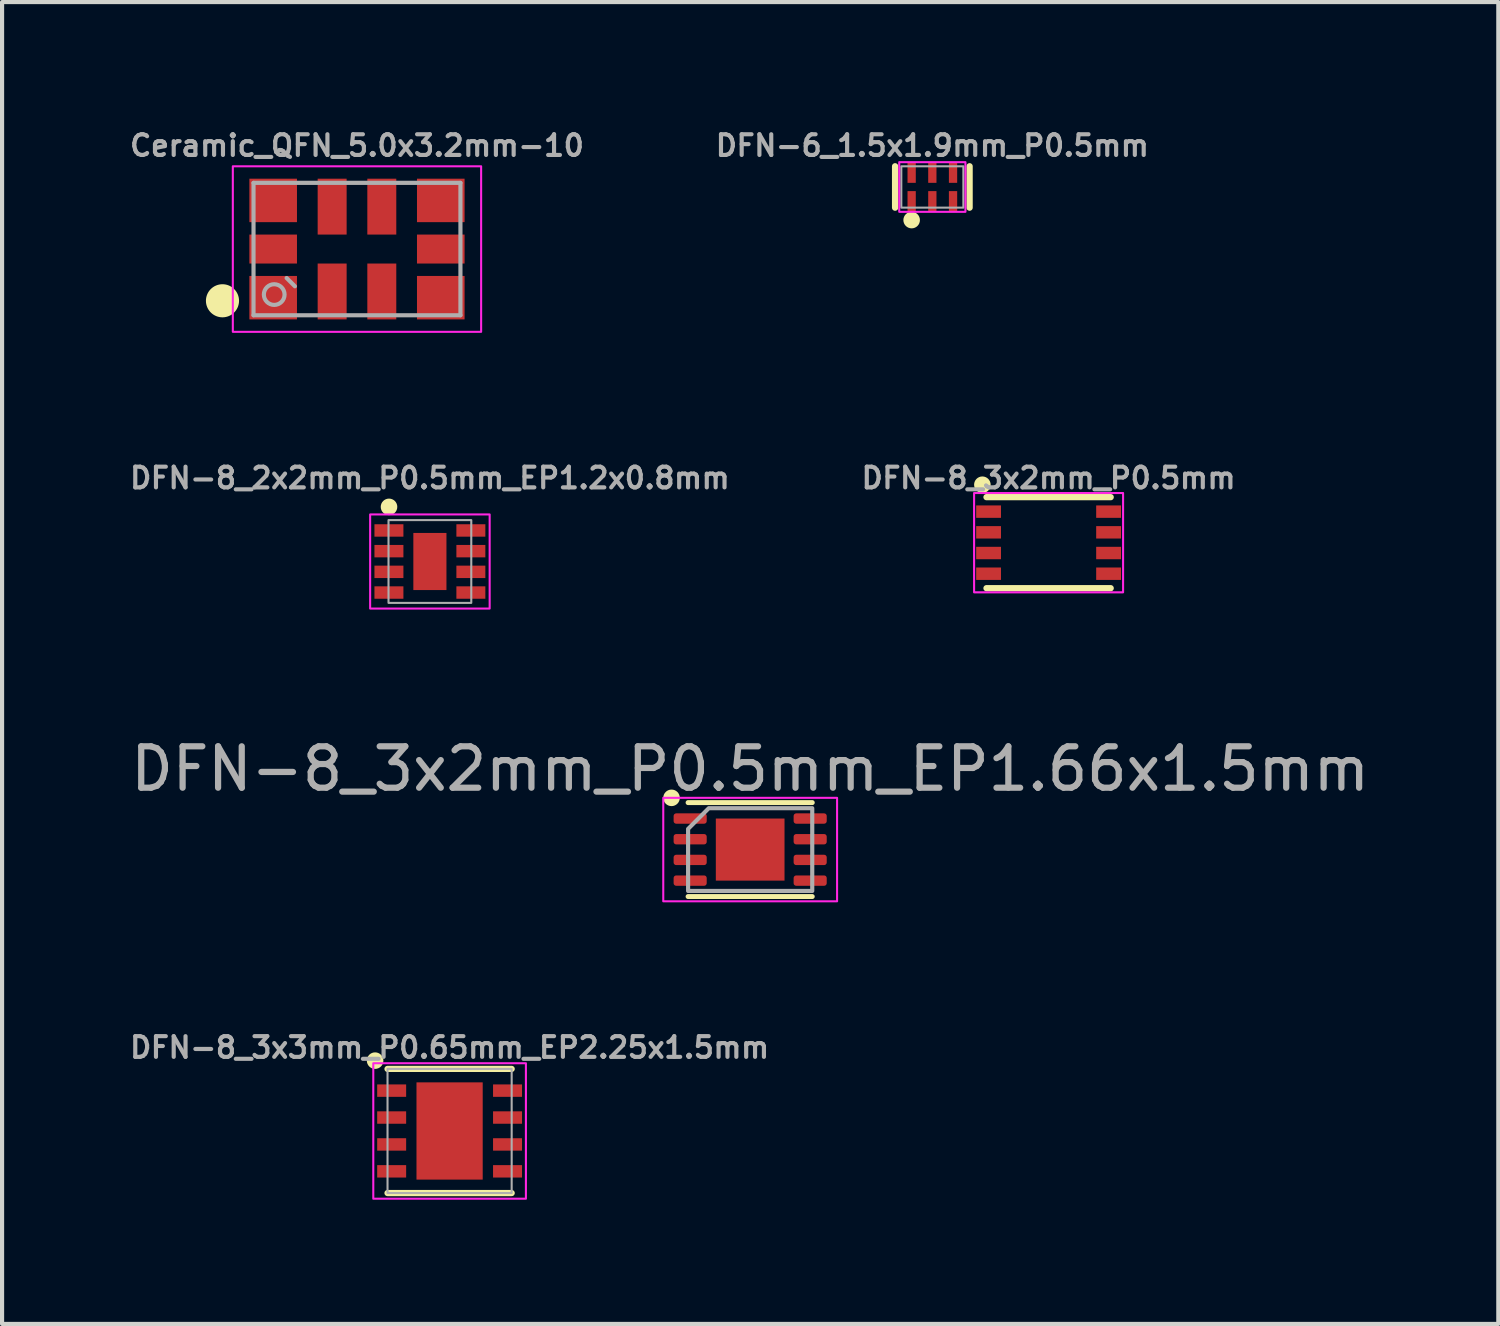
<source format=kicad_pcb>
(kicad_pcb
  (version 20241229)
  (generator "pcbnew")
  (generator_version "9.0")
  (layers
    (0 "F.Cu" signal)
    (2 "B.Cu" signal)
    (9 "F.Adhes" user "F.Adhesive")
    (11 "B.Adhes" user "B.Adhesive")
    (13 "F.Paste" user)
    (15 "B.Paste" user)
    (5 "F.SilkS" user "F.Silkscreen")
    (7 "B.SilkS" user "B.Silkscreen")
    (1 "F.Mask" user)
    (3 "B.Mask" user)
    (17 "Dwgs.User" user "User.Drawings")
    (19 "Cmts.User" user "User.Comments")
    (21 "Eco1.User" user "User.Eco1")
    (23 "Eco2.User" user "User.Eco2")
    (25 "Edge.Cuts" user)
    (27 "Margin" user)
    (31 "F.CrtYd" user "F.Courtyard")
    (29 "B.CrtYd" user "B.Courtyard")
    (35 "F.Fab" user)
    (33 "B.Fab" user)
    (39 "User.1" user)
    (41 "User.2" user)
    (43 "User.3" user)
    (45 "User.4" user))
  (footprint "DFN-8_3x3mm_P0.65mm_EP2.25x1.5mm"
    (layer "F.Cu")
    (at 7.814 24.279)
    (property "Reference" "DFN-8_3x3mm_P0.65mm_EP2.25x1.5mm" (at 0 -1.725 0) (layer "F.Fab") (effects (font (size 0.5 0.5) (thickness 0.1) (bold yes)) (justify bottom)))
    (attr smd)
    (fp_line (start -1.5 -1.5) (end 1.5 -1.5) (stroke (width 0.15) (type solid)) (layer "F.SilkS"))
    (fp_line (start -1.5 1.5) (end 1.5 1.5) (stroke (width 0.15) (type solid)) (layer "F.SilkS"))
    (fp_circle (center -1.8 -1.7) (end -1.9 -1.7) (stroke (width 0.2) (type solid)) (fill yes) (layer "F.SilkS"))
    (fp_rect (start -0.7 -1.04) (end -0.2 -0.3) (stroke (width 0) (type default)) (fill yes) (layer "F.Paste"))
    (fp_rect (start -0.7 0.3) (end -0.2 1.04) (stroke (width 0) (type solid)) (fill yes) (layer "F.Paste"))
    (fp_rect (start 0.2 -1.04) (end 0.7 -0.3) (stroke (width 0) (type default)) (fill yes) (layer "F.Paste"))
    (fp_rect (start 0.2 0.3) (end 0.7 1.04) (stroke (width 0) (type solid)) (fill yes) (layer "F.Paste"))
    (fp_rect (start 1.844 -1.637) (end -1.844 1.637) (stroke (width 0.05) (type default)) (fill no) (layer "F.CrtYd"))
    (fp_rect (start -1.5 -1.5) (end 1.5 1.5) (stroke (width 0.05) (type solid)) (fill no) (layer "F.Fab"))
    (pad "1" smd rect (at -1.4 -0.975) (size 0.7 0.3) (layers "F.Cu" "F.Mask" "F.Paste"))
    (pad "2" smd rect (at -1.4 -0.325) (size 0.7 0.3) (layers "F.Cu" "F.Mask" "F.Paste"))
    (pad "3" smd rect (at -1.4 0.325) (size 0.7 0.3) (layers "F.Cu" "F.Mask" "F.Paste"))
    (pad "4" smd rect (at -1.4 0.975) (size 0.7 0.3) (layers "F.Cu" "F.Mask" "F.Paste"))
    (pad "5" smd rect (at 1.4 0.975) (size 0.7 0.3) (layers "F.Cu" "F.Mask" "F.Paste"))
    (pad "6" smd rect (at 1.4 0.325) (size 0.7 0.3) (layers "F.Cu" "F.Mask" "F.Paste"))
    (pad "7" smd rect (at 1.4 -0.325) (size 0.7 0.3) (layers "F.Cu" "F.Mask" "F.Paste"))
    (pad "8" smd rect (at 1.4 -0.975) (size 0.7 0.3) (layers "F.Cu" "F.Mask" "F.Paste"))
    (pad "9" smd rect (at 0 0 270) (size 2.35 1.6) (layers "F.Cu" "F.Mask")))
  (footprint "DFN-8_3x2mm_P0.5mm_EP1.66x1.5mm"
    (layer "F.Cu")
    (at 15.077 17.479)
    (property "Reference" "DFN-8_3x2mm_P0.5mm_EP1.66x1.5mm" (at 0 -1.95 0) (layer "F.Fab") (effects (font (size 1 1) (thickness 0.15))))
    (attr smd)
    (fp_line (start -1.5 -1.135) (end 1.5 -1.135) (stroke (width 0.12) (type solid)) (layer "F.SilkS"))
    (fp_line (start -1.5 1.135) (end 1.5 1.135) (stroke (width 0.12) (type solid)) (layer "F.SilkS"))
    (fp_circle (center -1.9 -1.25) (end -2 -1.25) (stroke (width 0.2) (type solid)) (fill yes) (layer "F.SilkS"))
    (fp_rect (start -2.1 -1.25) (end 2.1 1.25) (stroke (width 0.05) (type solid)) (fill no) (layer "F.CrtYd"))
    (fp_poly (pts (xy -1.5 -0.5) (xy -1.5 1) (xy 1.5 1) (xy 1.5 -1) (xy -1 -1)) (stroke (width 0.1) (type solid)) (fill no) (layer "F.Fab"))
    (pad "" smd roundrect (at -0.425 -0.35) (size 0.69 0.56) (layers "F.Paste") (roundrect_rratio 0.25))
    (pad "" smd roundrect (at -0.425 0.35) (size 0.69 0.56) (layers "F.Paste") (roundrect_rratio 0.25))
    (pad "" smd roundrect (at 0.425 -0.35) (size 0.69 0.56) (layers "F.Paste") (roundrect_rratio 0.25))
    (pad "" smd roundrect (at 0.425 0.35) (size 0.69 0.56) (layers "F.Paste") (roundrect_rratio 0.25))
    (pad "1" smd roundrect (at -1.45 -0.75) (size 0.8 0.25) (layers "F.Cu" "F.Mask" "F.Paste") (roundrect_rratio 0.25))
    (pad "2" smd roundrect (at -1.45 -0.25) (size 0.8 0.25) (layers "F.Cu" "F.Mask" "F.Paste") (roundrect_rratio 0.25))
    (pad "3" smd roundrect (at -1.45 0.25) (size 0.8 0.25) (layers "F.Cu" "F.Mask" "F.Paste") (roundrect_rratio 0.25))
    (pad "4" smd roundrect (at -1.45 0.75) (size 0.8 0.25) (layers "F.Cu" "F.Mask" "F.Paste") (roundrect_rratio 0.25))
    (pad "5" smd roundrect (at 1.45 0.75) (size 0.8 0.25) (layers "F.Cu" "F.Mask" "F.Paste") (roundrect_rratio 0.25))
    (pad "6" smd roundrect (at 1.45 0.25) (size 0.8 0.25) (layers "F.Cu" "F.Mask" "F.Paste") (roundrect_rratio 0.25))
    (pad "7" smd roundrect (at 1.45 -0.25) (size 0.8 0.25) (layers "F.Cu" "F.Mask" "F.Paste") (roundrect_rratio 0.25))
    (pad "8" smd roundrect (at 1.45 -0.75) (size 0.8 0.25) (layers "F.Cu" "F.Mask" "F.Paste") (roundrect_rratio 0.25))
    (pad "9" smd rect (at 0 0) (size 1.66 1.5) (property pad_prop_heatsink) (layers "F.Cu" "F.Mask")))
  (footprint "Ceramic_QFN_5.0x3.2mm-10"
    (layer "F.Cu")
    (at 5.576 2.968)
    (property "Reference" "Ceramic_QFN_5.0x3.2mm-10" (at 0 -2.5 0) (layer "F.Fab") (effects (font (size 0.5 0.5) (thickness 0.1) (bold yes))))
    (attr smd)
    (fp_circle (center -3.25 1.25) (end -2.9 1.25) (stroke (width 0.1) (type solid)) (fill yes) (layer "F.SilkS"))
    (fp_rect (start -3 -2) (end 3 2) (stroke (width 0.05) (type default)) (fill no) (layer "F.CrtYd"))
    (fp_line (start -2.5 -1.6) (end 2.5 -1.6) (stroke (width 0.1) (type solid)) (layer "F.Fab"))
    (fp_line (start -2.5 1.6) (end -2.5 -1.6) (stroke (width 0.1) (type solid)) (layer "F.Fab"))
    (fp_line (start -1.7 0.7) (end -1.5 0.9) (stroke (width 0.1) (type default)) (layer "F.Fab"))
    (fp_line (start 2.5 -1.6) (end 2.5 1.6) (stroke (width 0.1) (type solid)) (layer "F.Fab"))
    (fp_line (start 2.5 1.6) (end -2.5 1.6) (stroke (width 0.1) (type solid)) (layer "F.Fab"))
    (fp_circle (center -2 1.1) (end -1.75 1.1) (stroke (width 0.1) (type solid)) (fill no) (layer "F.Fab"))
    (pad "1" smd rect (at -2.025 1.175) (size 1.15 1.05) (layers "F.Cu" "F.Mask" "F.Paste"))
    (pad "2" smd rect (at -0.6 1.025 90) (size 1.35 0.7) (layers "F.Cu" "F.Mask" "F.Paste"))
    (pad "3" smd rect (at 0.6 1.025 90) (size 1.35 0.7) (layers "F.Cu" "F.Mask" "F.Paste"))
    (pad "4" smd rect (at 2.025 1.175) (size 1.15 1.05) (layers "F.Cu" "F.Mask" "F.Paste"))
    (pad "5" smd rect (at 2.025 0) (size 1.15 0.7) (layers "F.Cu" "F.Mask" "F.Paste"))
    (pad "6" smd rect (at 2.025 -1.175) (size 1.15 1.05) (layers "F.Cu" "F.Mask" "F.Paste"))
    (pad "7" smd rect (at 0.6 -1.025 90) (size 1.35 0.7) (layers "F.Cu" "F.Mask" "F.Paste"))
    (pad "8" smd rect (at -0.6 -1.025 90) (size 1.35 0.7) (layers "F.Cu" "F.Mask" "F.Paste"))
    (pad "9" smd rect (at -2.025 -1.175) (size 1.15 1.05) (layers "F.Cu" "F.Mask" "F.Paste"))
    (pad "10" smd rect (at -2.025 0) (size 1.15 0.7) (layers "F.Cu" "F.Mask" "F.Paste")))
  (footprint "DFN-8_3x2mm_P0.5mm"
    (layer "F.Cu")
    (at 22.288 10.063)
    (property "Reference" "DFN-8_3x2mm_P0.5mm" (at 0 -1.27 0) (unlocked yes) (layer "F.Fab") (effects (font (size 0.5 0.5) (thickness 0.1)) (justify bottom)))
    (fp_line (start 1.5 -1.1) (end -1.5 -1.1) (stroke (width 0.152) (type solid)) (layer "F.SilkS"))
    (fp_line (start 1.5 1.1) (end -1.5 1.1) (stroke (width 0.152) (type solid)) (layer "F.SilkS"))
    (fp_circle (center -1.6 -1.4) (end -1.7 -1.4) (stroke (width 0.2) (type solid)) (fill yes) (layer "F.SilkS"))
    (fp_rect (start -1.8 -1.2) (end 1.8 1.2) (stroke (width 0.05) (type default)) (fill no) (layer "F.CrtYd"))
    (fp_rect (start -1.5 -1) (end 1.5 1) (stroke (width 0.05) (type default)) (fill no) (layer "User.1"))
    (pad "1" smd rect (at -1.45 -0.75 270) (size 0.3 0.6) (layers "F.Cu" "F.Mask" "F.Paste"))
    (pad "2" smd rect (at -1.45 -0.25 270) (size 0.3 0.6) (layers "F.Cu" "F.Mask" "F.Paste"))
    (pad "3" smd rect (at -1.45 0.25 270) (size 0.3 0.6) (layers "F.Cu" "F.Mask" "F.Paste"))
    (pad "4" smd rect (at -1.45 0.75 270) (size 0.3 0.6) (layers "F.Cu" "F.Mask" "F.Paste"))
    (pad "5" smd rect (at 1.45 0.75 270) (size 0.3 0.6) (layers "F.Cu" "F.Mask" "F.Paste"))
    (pad "6" smd rect (at 1.45 0.25 270) (size 0.3 0.6) (layers "F.Cu" "F.Mask" "F.Paste"))
    (pad "7" smd rect (at 1.45 -0.25 270) (size 0.3 0.6) (layers "F.Cu" "F.Mask" "F.Paste"))
    (pad "8" smd rect (at 1.45 -0.75 270) (size 0.3 0.6) (layers "F.Cu" "F.Mask" "F.Paste")))
  (footprint "DFN-8_2x2mm_P0.5mm_EP1.2x0.8mm"
    (layer "F.Cu")
    (at 7.338 10.518)
    (property "Reference" "DFN-8_2x2mm_P0.5mm_EP1.2x0.8mm" (at 0 -1.725 0) (layer "F.Fab") (effects (font (size 0.5 0.5) (thickness 0.1) (bold yes)) (justify bottom)))
    (attr smd)
    (fp_circle (center -0.988 -1.32) (end -1.088 -1.32) (stroke (width 0.2) (type solid)) (fill yes) (layer "F.SilkS"))
    (fp_poly (pts (xy -0.32 -0.59) (xy -0.32 -0.09) (xy 0.32 -0.09) (xy 0.32 -0.59)) (stroke (width 0) (type default)) (fill yes) (layer "F.Paste"))
    (fp_poly (pts (xy -0.32 0.09) (xy -0.32 0.59) (xy 0.32 0.59) (xy 0.32 0.09)) (stroke (width 0) (type default)) (fill yes) (layer "F.Paste"))
    (fp_rect (start 1.444 -1.137) (end -1.444 1.137) (stroke (width 0.05) (type default)) (fill no) (layer "F.CrtYd"))
    (fp_rect (start -1 -1) (end 1 1) (stroke (width 0.05) (type default)) (fill no) (layer "F.Fab"))
    (pad "1" smd rect (at -0.99 -0.75) (size 0.7 0.3) (layers "F.Cu" "F.Mask" "F.Paste"))
    (pad "2" smd rect (at -0.99 -0.25) (size 0.7 0.3) (layers "F.Cu" "F.Mask" "F.Paste"))
    (pad "3" smd rect (at -0.99 0.25) (size 0.7 0.3) (layers "F.Cu" "F.Mask" "F.Paste"))
    (pad "4" smd rect (at -0.99 0.75) (size 0.7 0.3) (layers "F.Cu" "F.Mask" "F.Paste"))
    (pad "5" smd rect (at 0.99 0.75) (size 0.7 0.3) (layers "F.Cu" "F.Mask" "F.Paste"))
    (pad "6" smd rect (at 0.99 0.25) (size 0.7 0.3) (layers "F.Cu" "F.Mask" "F.Paste"))
    (pad "7" smd rect (at 0.99 -0.25) (size 0.7 0.3) (layers "F.Cu" "F.Mask" "F.Paste"))
    (pad "8" smd rect (at 0.99 -0.75) (size 0.7 0.3) (layers "F.Cu" "F.Mask" "F.Paste"))
    (pad "9" smd rect (at 0 0 270) (size 1.38 0.8) (layers "F.Cu" "F.Mask")))
  (footprint "DFN-6_1.5x1.9mm_P0.5mm"
    (layer "F.Cu")
    (at 19.479 1.468)
    (property "Reference" "DFN-6_1.5x1.9mm_P0.5mm" (at 0 -1 0) (layer "F.Fab") (effects (font (size 0.5 0.5) (thickness 0.1))))
    (attr smd)
    (fp_line (start -0.9 -0.5) (end -0.9 0.5) (stroke (width 0.152) (type solid)) (layer "F.SilkS"))
    (fp_line (start 0.9 -0.5) (end 0.9 0.5) (stroke (width 0.152) (type solid)) (layer "F.SilkS"))
    (fp_circle (center -0.5 0.8) (end -0.5 0.7) (stroke (width 0.2) (type solid)) (fill yes) (layer "F.SilkS"))
    (fp_rect (start -0.8 -0.6) (end 0.8 0.6) (stroke (width 0.05) (type default)) (fill no) (layer "F.CrtYd"))
    (fp_rect (start -0.75 -0.5) (end 0.75 0.5) (stroke (width 0.05) (type default)) (fill no) (layer "F.Fab"))
    (pad "1" smd rect (at -0.5 0.35) (size 0.2 0.5) (layers "F.Cu" "F.Mask" "F.Paste"))
    (pad "2" smd rect (at 0 0.35) (size 0.2 0.5) (layers "F.Cu" "F.Mask" "F.Paste"))
    (pad "3" smd rect (at 0.5 0.35) (size 0.2 0.5) (layers "F.Cu" "F.Mask" "F.Paste"))
    (pad "4" smd rect (at 0.5 -0.35) (size 0.2 0.5) (layers "F.Cu" "F.Mask" "F.Paste"))
    (pad "5" smd rect (at 0 -0.35) (size 0.2 0.5) (layers "F.Cu" "F.Mask" "F.Paste"))
    (pad "6" smd rect (at -0.5 -0.35) (size 0.2 0.5) (layers "F.Cu" "F.Mask" "F.Paste")))
  (gr_rect
    (start -3 -3)
    (end 33.155 28.941)
    (stroke (width 0.1) (type default))
    (fill no)
    (layer "Edge.Cuts")))
</source>
